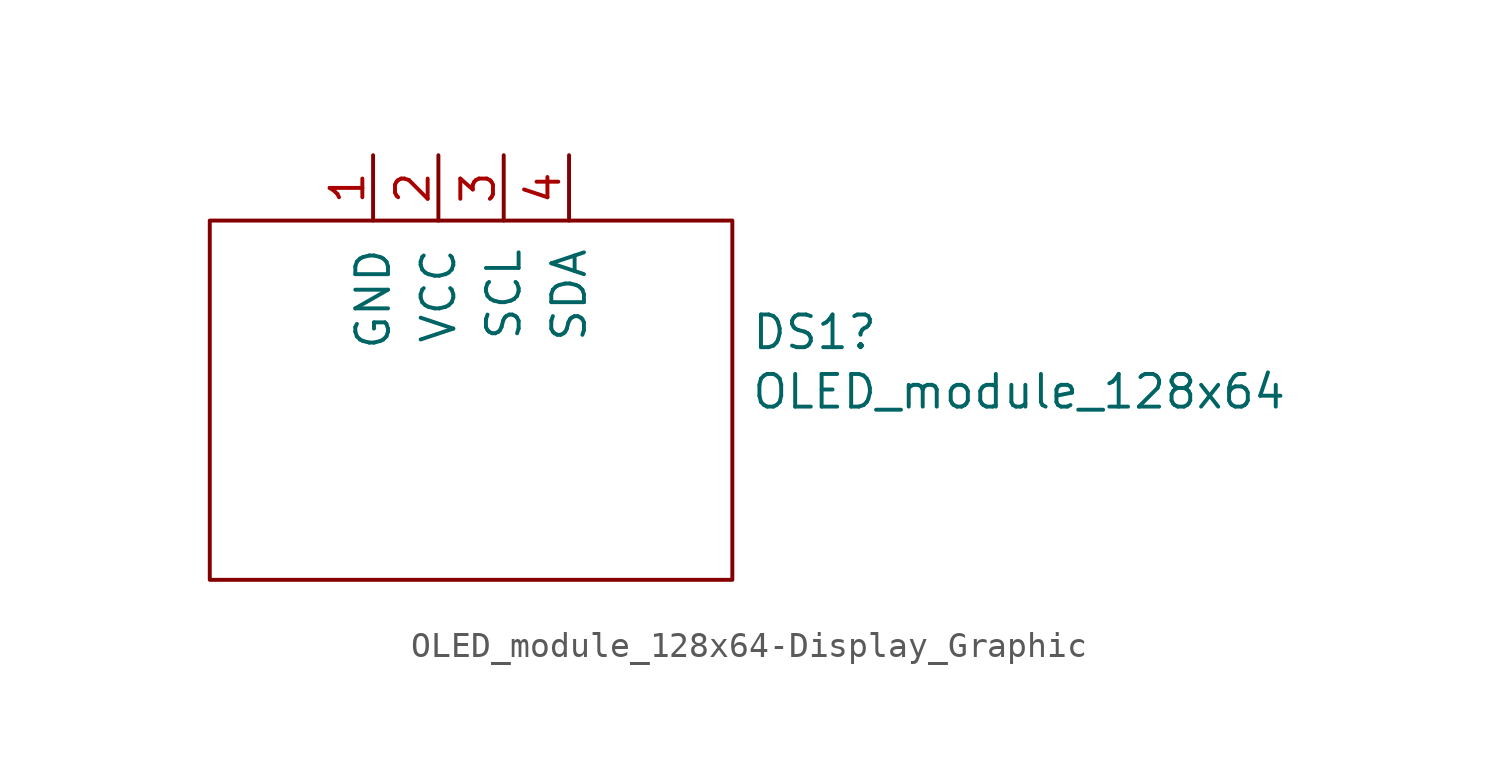
<source format=kicad_sym>
(kicad_symbol_lib
  (version 20211014)
  (generator kicad_symbol_editor)
  (symbol "OLED_module_128x64-Display_Graphic"
    (pin_names
      (offset 1.016))
    (property "Reference" "DS1"
      (at 10.871 12.167 0)
      (effects (font (size 1.27 1.27)) (justify left)))
    (property "Value" "OLED_module_128x64"
      (at 10.871 9.855 0)
      (effects (font (size 1.27 1.27)) (justify left)))
    (symbol "OLED_module_128x64-Display_Graphic_0_1"
      (rectangle (start 10.16 2.54) (end -10.16 16.51) (stroke (width 0) (type default) (color 0 0 0 0)) (fill (type none))))
    (symbol "OLED_module_128x64-Display_Graphic_1_1"
      (pin power_in line (at -3.81 19.05 270) (length 2.54) (name "GND" (effects (font (size 1.27 1.27)))) (number "1" (effects (font (size 1.27 1.27)))))
      (pin power_in line (at -1.27 19.05 270) (length 2.54) (name "VCC" (effects (font (size 1.27 1.27)))) (number "2" (effects (font (size 1.27 1.27)))))
      (pin bidirectional line (at 1.27 19.05 270) (length 2.54) (name "SCL" (effects (font (size 1.27 1.27)))) (number "3" (effects (font (size 1.27 1.27)))))
      (pin bidirectional line (at 3.81 19.05 270) (length 2.54) (name "SDA" (effects (font (size 1.27 1.27)))) (number "4" (effects (font (size 1.27 1.27))))))))
</source>
